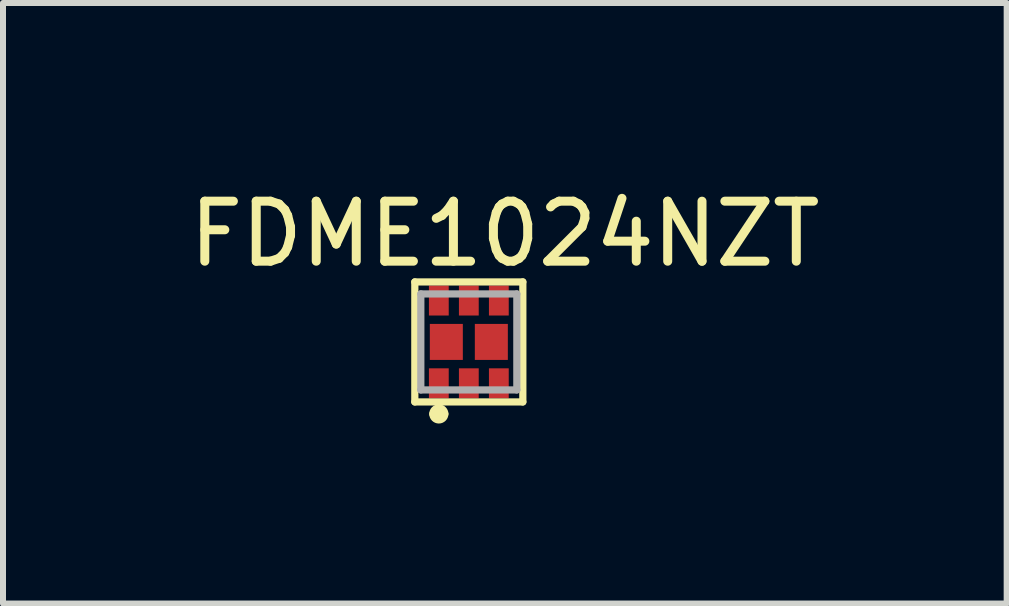
<source format=kicad_pcb>
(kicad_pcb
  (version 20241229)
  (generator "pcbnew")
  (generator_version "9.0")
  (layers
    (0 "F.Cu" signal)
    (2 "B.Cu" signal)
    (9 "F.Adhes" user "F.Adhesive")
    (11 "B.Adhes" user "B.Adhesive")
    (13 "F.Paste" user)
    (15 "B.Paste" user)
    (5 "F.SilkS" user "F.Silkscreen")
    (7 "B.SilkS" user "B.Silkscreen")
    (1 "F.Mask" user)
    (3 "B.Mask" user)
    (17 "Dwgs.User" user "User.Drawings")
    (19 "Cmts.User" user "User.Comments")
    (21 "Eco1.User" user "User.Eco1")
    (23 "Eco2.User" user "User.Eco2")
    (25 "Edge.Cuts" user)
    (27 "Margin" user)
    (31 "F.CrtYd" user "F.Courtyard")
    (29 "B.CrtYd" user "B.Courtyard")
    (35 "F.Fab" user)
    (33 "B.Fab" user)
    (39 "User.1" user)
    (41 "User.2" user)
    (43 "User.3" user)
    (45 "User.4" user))
  (footprint "FDME1024NZT"
    (layer "F.Cu")
    (at 4.763 2.648)
    (property "Reference" "FDME1024NZT" (at 0.6 -1.8 0) (layer "F.SilkS") (effects (font (size 1 1) (thickness 0.15))))
    (attr through_hole)
    (fp_line (start -0.9 -1) (end 0.9 -1) (stroke (width 0.12) (type solid)) (layer "F.SilkS"))
    (fp_line (start -0.9 1) (end -0.9 -1) (stroke (width 0.12) (type solid)) (layer "F.SilkS"))
    (fp_line (start -0.6 1.2) (end -0.4 1.2) (stroke (width 0.12) (type solid)) (layer "F.SilkS"))
    (fp_line (start 0.9 -1) (end 0.9 1) (stroke (width 0.12) (type solid)) (layer "F.SilkS"))
    (fp_line (start 0.9 1) (end -0.9 1) (stroke (width 0.12) (type solid)) (layer "F.SilkS"))
    (fp_circle (center -0.5 1.2) (end -0.5 1.1) (stroke (width 0.12) (type solid)) (fill no) (layer "F.SilkS"))
    (fp_line (start -0.8 -0.8) (end 0.8 -0.8) (stroke (width 0.12) (type solid)) (layer "F.Fab"))
    (fp_line (start -0.8 0.8) (end -0.8 -0.8) (stroke (width 0.12) (type solid)) (layer "F.Fab"))
    (fp_line (start 0.8 -0.8) (end 0.8 0.8) (stroke (width 0.12) (type solid)) (layer "F.Fab"))
    (fp_line (start 0.8 0.8) (end -0.8 0.8) (stroke (width 0.12) (type solid)) (layer "F.Fab"))
    (pad "1" smd rect (at -0.5 0.69) (size 0.33 0.5) (layers "F.Cu" "F.Mask" "F.Paste"))
    (pad "2" smd rect (at 0 0.69) (size 0.33 0.5) (layers "F.Cu" "F.Mask" "F.Paste"))
    (pad "3" smd rect (at 0.5 0.69) (size 0.33 0.5) (layers "F.Cu" "F.Mask" "F.Paste"))
    (pad "4" smd rect (at 0.5 -0.69) (size 0.33 0.5) (layers "F.Cu" "F.Mask" "F.Paste"))
    (pad "5" smd rect (at 0 -0.69) (size 0.33 0.5) (layers "F.Cu" "F.Mask" "F.Paste"))
    (pad "6" smd rect (at -0.5 -0.69) (size 0.33 0.5) (layers "F.Cu" "F.Mask" "F.Paste"))
    (pad "7" smd rect (at -0.375 0) (size 0.55 0.6) (layers "F.Cu" "F.Mask" "F.Paste"))
    (pad "8" smd rect (at 0.375 0) (size 0.55 0.6) (layers "F.Cu" "F.Mask" "F.Paste")))
  (gr_rect
    (start -3 -3)
    (end 13.726 7.008)
    (stroke (width 0.1) (type default))
    (fill no)
    (layer "Edge.Cuts")))
</source>
